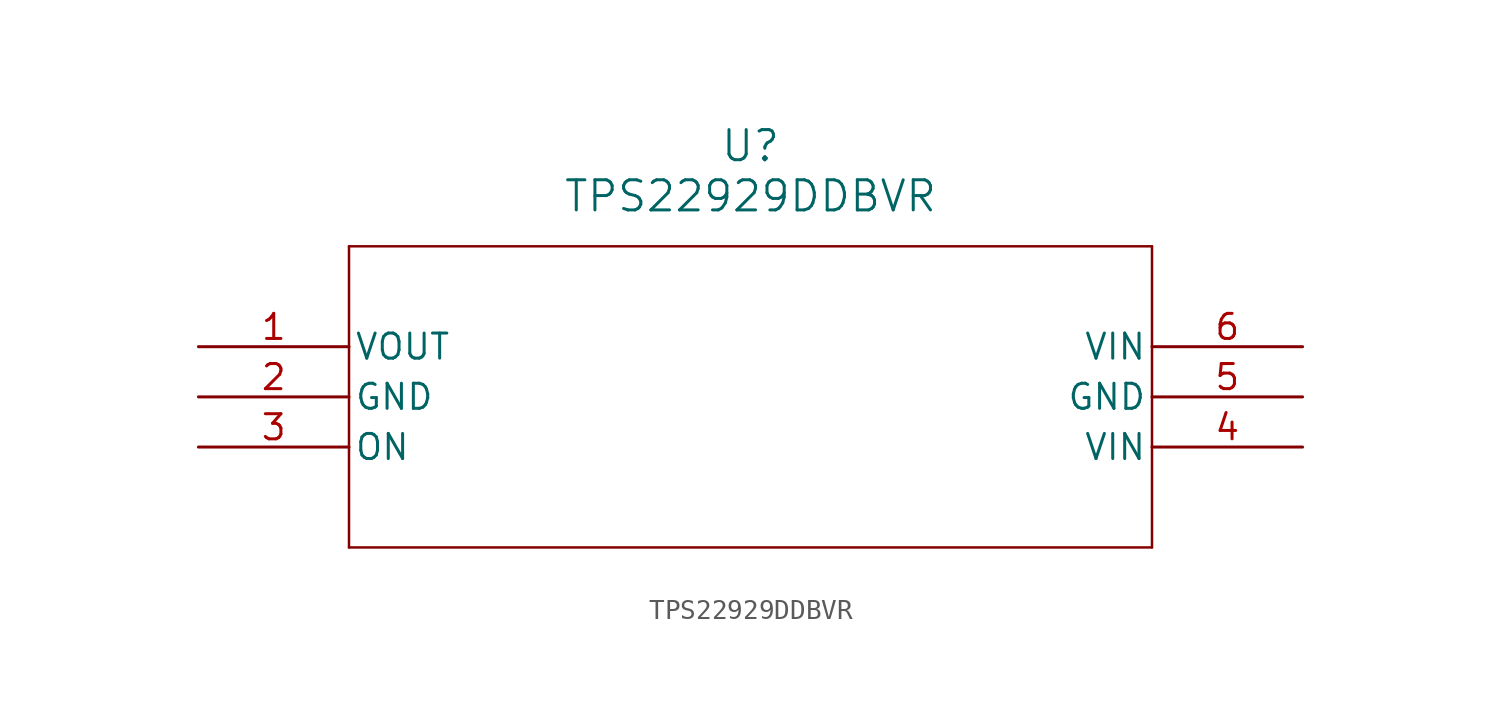
<source format=kicad_sym>
(kicad_symbol_lib
  (version 20211014)
  (generator kicad_symbol_editor)
  (symbol "TPS22929DDBVR"
    (pin_names
      (offset 0.254))
    (property "Reference" "U"
      (at 27.94 10.16 0)
      (effects (font (size 1.524 1.524))))
    (property "Value" "TPS22929DDBVR"
      (at 27.94 7.62 0)
      (effects (font (size 1.524 1.524))))
    (symbol "TPS22929DDBVR_0_1"
      (polyline (pts (xy 7.62 5.08) (xy 7.62 -10.16)) (stroke (width 0.127) (type default) (color 0 0 0 0)) (fill (type none)))
      (polyline (pts (xy 7.62 -10.16) (xy 48.26 -10.16)) (stroke (width 0.127) (type default) (color 0 0 0 0)) (fill (type none)))
      (polyline (pts (xy 48.26 -10.16) (xy 48.26 5.08)) (stroke (width 0.127) (type default) (color 0 0 0 0)) (fill (type none)))
      (polyline (pts (xy 48.26 5.08) (xy 7.62 5.08)) (stroke (width 0.127) (type default) (color 0 0 0 0)) (fill (type none)))
      (pin output line (at 0 0 0) (length 7.62) (name "VOUT" (effects (font (size 1.27 1.27)))) (number "1" (effects (font (size 1.27 1.27)))))
      (pin power_in line (at 0 -2.54 0) (length 7.62) (name "GND" (effects (font (size 1.27 1.27)))) (number "2" (effects (font (size 1.27 1.27)))))
      (pin input line (at 0 -5.08 0) (length 7.62) (name "ON" (effects (font (size 1.27 1.27)))) (number "3" (effects (font (size 1.27 1.27)))))
      (pin input line (at 55.88 -5.08 180) (length 7.62) (name "VIN" (effects (font (size 1.27 1.27)))) (number "4" (effects (font (size 1.27 1.27)))))
      (pin power_in line (at 55.88 -2.54 180) (length 7.62) (name "GND" (effects (font (size 1.27 1.27)))) (number "5" (effects (font (size 1.27 1.27)))))
      (pin input line (at 55.88 0 180) (length 7.62) (name "VIN" (effects (font (size 1.27 1.27)))) (number "6" (effects (font (size 1.27 1.27))))))))
</source>
